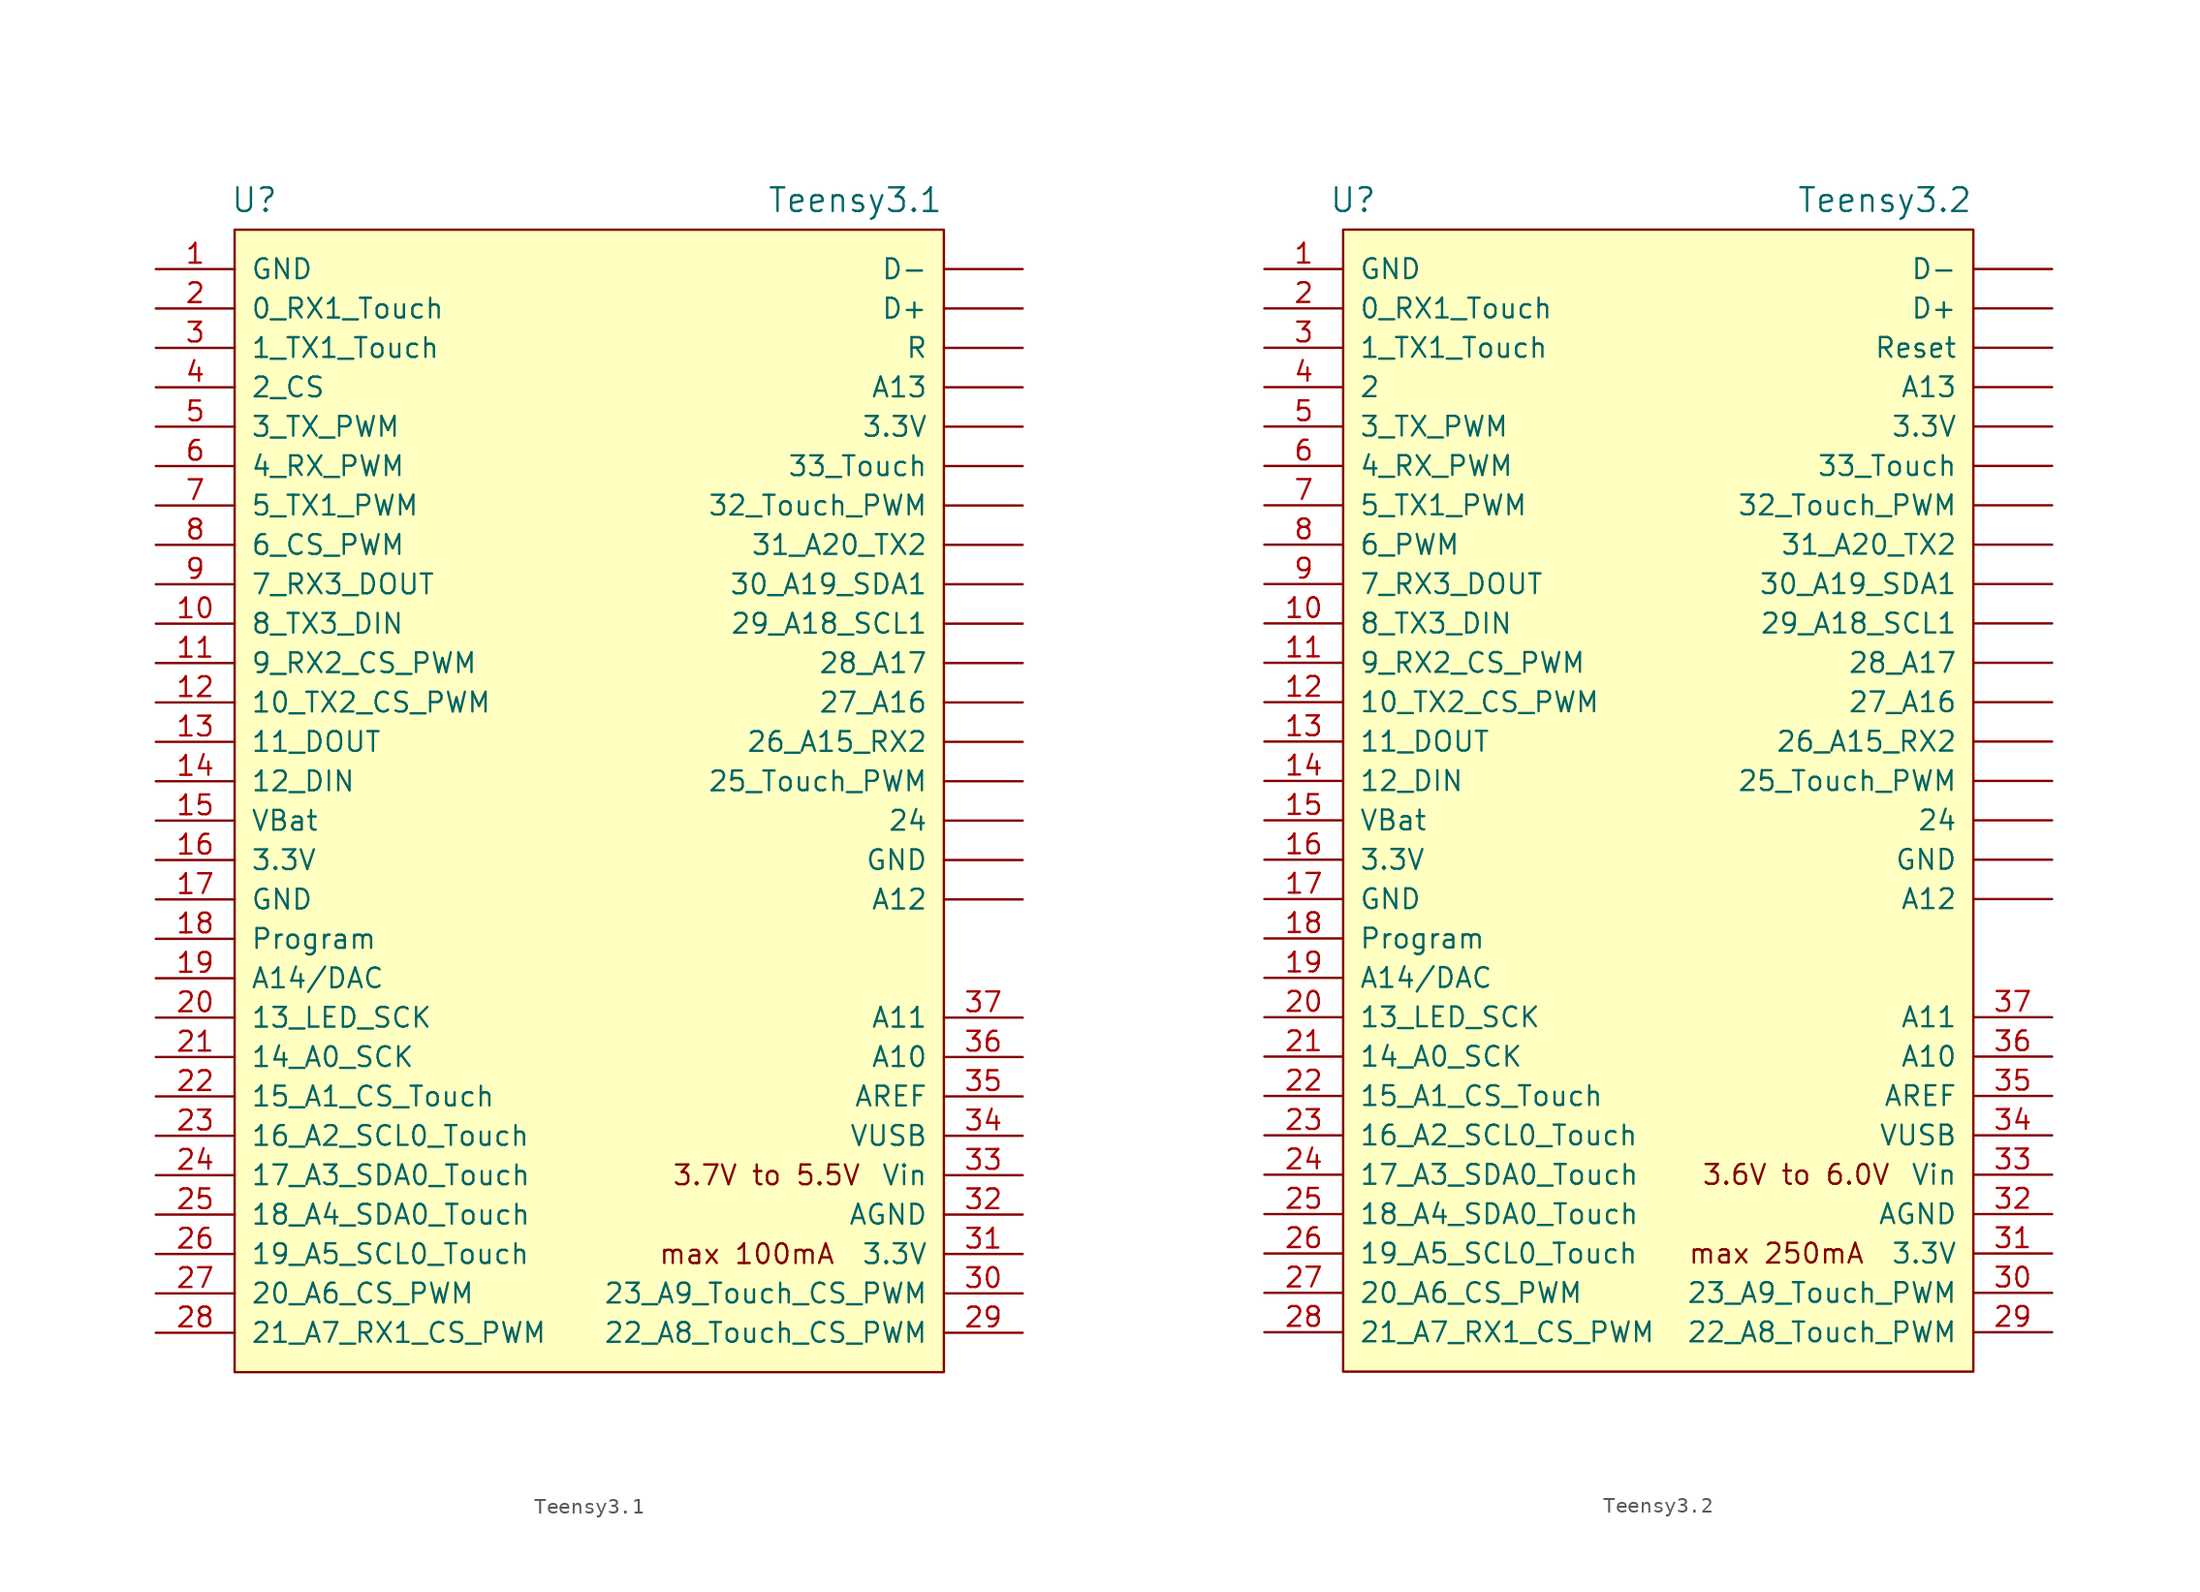
<source format=kicad_sym>
(kicad_symbol_lib
  (version 20241209)
  (generator "kicad_symbol_editor")
  (generator_version "9.0")
  (symbol "Teensy3.1"
    (pin_names
      (offset 1.016))
    (property "Reference" "U"
      (at -21.59 38.735 0)
      (effects (font (size 1.524 1.524))))
    (property "Value" "Teensy3.1"
      (at 17.145 38.735 0)
      (effects (font (size 1.524 1.524))))
    (symbol "Teensy3.1_0_0"
      (text "max 100mA" (at 10.16 -29.21 0) (effects (font (size 1.27 1.27))))
      (text "3.7V to 5.5V" (at 11.43 -24.13 0) (effects (font (size 1.27 1.27)))))
    (symbol "Teensy3.1_0_1"
      (rectangle (start -22.86 36.83) (end 22.86 -36.83) (stroke (width 0) (type default)) (fill (type background))))
    (symbol "Teensy3.1_1_1"
      (pin power_in line (at -27.94 34.29 0) (length 5.08) (name "GND" (effects (font (size 1.27 1.27)))) (number "1" (effects (font (size 1.27 1.27)))))
      (pin bidirectional line (at -27.94 31.75 0) (length 5.08) (name "0_RX1_Touch" (effects (font (size 1.27 1.27)))) (number "2" (effects (font (size 1.27 1.27)))))
      (pin bidirectional line (at -27.94 29.21 0) (length 5.08) (name "1_TX1_Touch" (effects (font (size 1.27 1.27)))) (number "3" (effects (font (size 1.27 1.27)))))
      (pin bidirectional line (at -27.94 26.67 0) (length 5.08) (name "2_CS" (effects (font (size 1.27 1.27)))) (number "4" (effects (font (size 1.27 1.27)))))
      (pin bidirectional line (at -27.94 24.13 0) (length 5.08) (name "3_TX_PWM" (effects (font (size 1.27 1.27)))) (number "5" (effects (font (size 1.27 1.27)))))
      (pin bidirectional line (at -27.94 21.59 0) (length 5.08) (name "4_RX_PWM" (effects (font (size 1.27 1.27)))) (number "6" (effects (font (size 1.27 1.27)))))
      (pin bidirectional line (at -27.94 19.05 0) (length 5.08) (name "5_TX1_PWM" (effects (font (size 1.27 1.27)))) (number "7" (effects (font (size 1.27 1.27)))))
      (pin bidirectional line (at -27.94 16.51 0) (length 5.08) (name "6_CS_PWM" (effects (font (size 1.27 1.27)))) (number "8" (effects (font (size 1.27 1.27)))))
      (pin bidirectional line (at -27.94 13.97 0) (length 5.08) (name "7_RX3_DOUT" (effects (font (size 1.27 1.27)))) (number "9" (effects (font (size 1.27 1.27)))))
      (pin bidirectional line (at -27.94 11.43 0) (length 5.08) (name "8_TX3_DIN" (effects (font (size 1.27 1.27)))) (number "10" (effects (font (size 1.27 1.27)))))
      (pin bidirectional line (at -27.94 8.89 0) (length 5.08) (name "9_RX2_CS_PWM" (effects (font (size 1.27 1.27)))) (number "11" (effects (font (size 1.27 1.27)))))
      (pin bidirectional line (at -27.94 6.35 0) (length 5.08) (name "10_TX2_CS_PWM" (effects (font (size 1.27 1.27)))) (number "12" (effects (font (size 1.27 1.27)))))
      (pin bidirectional line (at -27.94 3.81 0) (length 5.08) (name "11_DOUT" (effects (font (size 1.27 1.27)))) (number "13" (effects (font (size 1.27 1.27)))))
      (pin bidirectional line (at -27.94 1.27 0) (length 5.08) (name "12_DIN" (effects (font (size 1.27 1.27)))) (number "14" (effects (font (size 1.27 1.27)))))
      (pin power_in line (at -27.94 -1.27 0) (length 5.08) (name "VBat" (effects (font (size 1.27 1.27)))) (number "15" (effects (font (size 1.27 1.27)))))
      (pin power_in line (at -27.94 -3.81 0) (length 5.08) (name "3.3V" (effects (font (size 1.27 1.27)))) (number "16" (effects (font (size 1.27 1.27)))))
      (pin power_in line (at -27.94 -6.35 0) (length 5.08) (name "GND" (effects (font (size 1.27 1.27)))) (number "17" (effects (font (size 1.27 1.27)))))
      (pin input line (at -27.94 -8.89 0) (length 5.08) (name "Program" (effects (font (size 1.27 1.27)))) (number "18" (effects (font (size 1.27 1.27)))))
      (pin bidirectional line (at -27.94 -11.43 0) (length 5.08) (name "A14/DAC" (effects (font (size 1.27 1.27)))) (number "19" (effects (font (size 1.27 1.27)))))
      (pin bidirectional line (at -27.94 -13.97 0) (length 5.08) (name "13_LED_SCK" (effects (font (size 1.27 1.27)))) (number "20" (effects (font (size 1.27 1.27)))))
      (pin bidirectional line (at -27.94 -16.51 0) (length 5.08) (name "14_A0_SCK" (effects (font (size 1.27 1.27)))) (number "21" (effects (font (size 1.27 1.27)))))
      (pin bidirectional line (at -27.94 -19.05 0) (length 5.08) (name "15_A1_CS_Touch" (effects (font (size 1.27 1.27)))) (number "22" (effects (font (size 1.27 1.27)))))
      (pin bidirectional line (at -27.94 -21.59 0) (length 5.08) (name "16_A2_SCL0_Touch" (effects (font (size 1.27 1.27)))) (number "23" (effects (font (size 1.27 1.27)))))
      (pin bidirectional line (at -27.94 -24.13 0) (length 5.08) (name "17_A3_SDA0_Touch" (effects (font (size 1.27 1.27)))) (number "24" (effects (font (size 1.27 1.27)))))
      (pin bidirectional line (at -27.94 -26.67 0) (length 5.08) (name "18_A4_SDA0_Touch" (effects (font (size 1.27 1.27)))) (number "25" (effects (font (size 1.27 1.27)))))
      (pin bidirectional line (at -27.94 -29.21 0) (length 5.08) (name "19_A5_SCL0_Touch" (effects (font (size 1.27 1.27)))) (number "26" (effects (font (size 1.27 1.27)))))
      (pin bidirectional line (at -27.94 -31.75 0) (length 5.08) (name "20_A6_CS_PWM" (effects (font (size 1.27 1.27)))) (number "27" (effects (font (size 1.27 1.27)))))
      (pin bidirectional line (at -27.94 -34.29 0) (length 5.08) (name "21_A7_RX1_CS_PWM" (effects (font (size 1.27 1.27)))) (number "28" (effects (font (size 1.27 1.27)))))
      (pin bidirectional line (at 27.94 34.29 180) (length 5.08) (name "D-" (effects (font (size 1.27 1.27)))) (number "~" (effects (font (size 1.27 1.27)))))
      (pin bidirectional line (at 27.94 31.75 180) (length 5.08) (name "D+" (effects (font (size 1.27 1.27)))) (number "~" (effects (font (size 1.27 1.27)))))
      (pin input line (at 27.94 29.21 180) (length 5.08) (name "R" (effects (font (size 1.27 1.27)))) (number "~" (effects (font (size 1.27 1.27)))))
      (pin bidirectional line (at 27.94 26.67 180) (length 5.08) (name "A13" (effects (font (size 1.27 1.27)))) (number "~" (effects (font (size 1.27 1.27)))))
      (pin power_in line (at 27.94 24.13 180) (length 5.08) (name "3.3V" (effects (font (size 1.27 1.27)))) (number "~" (effects (font (size 1.27 1.27)))))
      (pin bidirectional line (at 27.94 21.59 180) (length 5.08) (name "33_Touch" (effects (font (size 1.27 1.27)))) (number "~" (effects (font (size 1.27 1.27)))))
      (pin bidirectional line (at 27.94 19.05 180) (length 5.08) (name "32_Touch_PWM" (effects (font (size 1.27 1.27)))) (number "~" (effects (font (size 1.27 1.27)))))
      (pin bidirectional line (at 27.94 16.51 180) (length 5.08) (name "31_A20_TX2" (effects (font (size 1.27 1.27)))) (number "~" (effects (font (size 1.27 1.27)))))
      (pin bidirectional line (at 27.94 13.97 180) (length 5.08) (name "30_A19_SDA1" (effects (font (size 1.27 1.27)))) (number "~" (effects (font (size 1.27 1.27)))))
      (pin bidirectional line (at 27.94 11.43 180) (length 5.08) (name "29_A18_SCL1" (effects (font (size 1.27 1.27)))) (number "~" (effects (font (size 1.27 1.27)))))
      (pin bidirectional line (at 27.94 8.89 180) (length 5.08) (name "28_A17" (effects (font (size 1.27 1.27)))) (number "~" (effects (font (size 1.27 1.27)))))
      (pin bidirectional line (at 27.94 6.35 180) (length 5.08) (name "27_A16" (effects (font (size 1.27 1.27)))) (number "~" (effects (font (size 1.27 1.27)))))
      (pin bidirectional line (at 27.94 3.81 180) (length 5.08) (name "26_A15_RX2" (effects (font (size 1.27 1.27)))) (number "~" (effects (font (size 1.27 1.27)))))
      (pin bidirectional line (at 27.94 1.27 180) (length 5.08) (name "25_Touch_PWM" (effects (font (size 1.27 1.27)))) (number "~" (effects (font (size 1.27 1.27)))))
      (pin bidirectional line (at 27.94 -1.27 180) (length 5.08) (name "24" (effects (font (size 1.27 1.27)))) (number "~" (effects (font (size 1.27 1.27)))))
      (pin power_in line (at 27.94 -3.81 180) (length 5.08) (name "GND" (effects (font (size 1.27 1.27)))) (number "~" (effects (font (size 1.27 1.27)))))
      (pin bidirectional line (at 27.94 -6.35 180) (length 5.08) (name "A12" (effects (font (size 1.27 1.27)))) (number "~" (effects (font (size 1.27 1.27)))))
      (pin bidirectional line (at 27.94 -13.97 180) (length 5.08) (name "A11" (effects (font (size 1.27 1.27)))) (number "37" (effects (font (size 1.27 1.27)))))
      (pin bidirectional line (at 27.94 -16.51 180) (length 5.08) (name "A10" (effects (font (size 1.27 1.27)))) (number "36" (effects (font (size 1.27 1.27)))))
      (pin input line (at 27.94 -19.05 180) (length 5.08) (name "AREF" (effects (font (size 1.27 1.27)))) (number "35" (effects (font (size 1.27 1.27)))))
      (pin power_in line (at 27.94 -21.59 180) (length 5.08) (name "VUSB" (effects (font (size 1.27 1.27)))) (number "34" (effects (font (size 1.27 1.27)))))
      (pin power_in line (at 27.94 -24.13 180) (length 5.08) (name "Vin" (effects (font (size 1.27 1.27)))) (number "33" (effects (font (size 1.27 1.27)))))
      (pin power_out line (at 27.94 -26.67 180) (length 5.08) (name "AGND" (effects (font (size 1.27 1.27)))) (number "32" (effects (font (size 1.27 1.27)))))
      (pin power_out line (at 27.94 -29.21 180) (length 5.08) (name "3.3V" (effects (font (size 1.27 1.27)))) (number "31" (effects (font (size 1.27 1.27)))))
      (pin bidirectional line (at 27.94 -31.75 180) (length 5.08) (name "23_A9_Touch_CS_PWM" (effects (font (size 1.27 1.27)))) (number "30" (effects (font (size 1.27 1.27)))))
      (pin bidirectional line (at 27.94 -34.29 180) (length 5.08) (name "22_A8_Touch_CS_PWM" (effects (font (size 1.27 1.27)))) (number "29" (effects (font (size 1.27 1.27)))))))
  (symbol "Teensy3.2"
    (pin_names
      (offset 1.016))
    (property "Reference" "U"
      (at -19.685 38.735 0)
      (effects (font (size 1.524 1.524))))
    (property "Value" "Teensy3.2"
      (at 14.605 38.735 0)
      (effects (font (size 1.524 1.524))))
    (symbol "Teensy3.2_0_0"
      (text "max 250mA" (at 7.62 -29.21 0) (effects (font (size 1.27 1.27))))
      (text "3.6V to 6.0V" (at 8.89 -24.13 0) (effects (font (size 1.27 1.27)))))
    (symbol "Teensy3.2_0_1"
      (rectangle (start -20.32 -36.83) (end 20.32 36.83) (stroke (width 0) (type default)) (fill (type background))))
    (symbol "Teensy3.2_1_1"
      (pin power_in line (at -25.4 34.29 0) (length 5.08) (name "GND" (effects (font (size 1.27 1.27)))) (number "1" (effects (font (size 1.27 1.27)))))
      (pin bidirectional line (at -25.4 31.75 0) (length 5.08) (name "0_RX1_Touch" (effects (font (size 1.27 1.27)))) (number "2" (effects (font (size 1.27 1.27)))))
      (pin bidirectional line (at -25.4 29.21 0) (length 5.08) (name "1_TX1_Touch" (effects (font (size 1.27 1.27)))) (number "3" (effects (font (size 1.27 1.27)))))
      (pin bidirectional line (at -25.4 26.67 0) (length 5.08) (name "2" (effects (font (size 1.27 1.27)))) (number "4" (effects (font (size 1.27 1.27)))))
      (pin bidirectional line (at -25.4 24.13 0) (length 5.08) (name "3_TX_PWM" (effects (font (size 1.27 1.27)))) (number "5" (effects (font (size 1.27 1.27)))))
      (pin bidirectional line (at -25.4 21.59 0) (length 5.08) (name "4_RX_PWM" (effects (font (size 1.27 1.27)))) (number "6" (effects (font (size 1.27 1.27)))))
      (pin bidirectional line (at -25.4 19.05 0) (length 5.08) (name "5_TX1_PWM" (effects (font (size 1.27 1.27)))) (number "7" (effects (font (size 1.27 1.27)))))
      (pin bidirectional line (at -25.4 16.51 0) (length 5.08) (name "6_PWM" (effects (font (size 1.27 1.27)))) (number "8" (effects (font (size 1.27 1.27)))))
      (pin bidirectional line (at -25.4 13.97 0) (length 5.08) (name "7_RX3_DOUT" (effects (font (size 1.27 1.27)))) (number "9" (effects (font (size 1.27 1.27)))))
      (pin bidirectional line (at -25.4 11.43 0) (length 5.08) (name "8_TX3_DIN" (effects (font (size 1.27 1.27)))) (number "10" (effects (font (size 1.27 1.27)))))
      (pin bidirectional line (at -25.4 8.89 0) (length 5.08) (name "9_RX2_CS_PWM" (effects (font (size 1.27 1.27)))) (number "11" (effects (font (size 1.27 1.27)))))
      (pin bidirectional line (at -25.4 6.35 0) (length 5.08) (name "10_TX2_CS_PWM" (effects (font (size 1.27 1.27)))) (number "12" (effects (font (size 1.27 1.27)))))
      (pin bidirectional line (at -25.4 3.81 0) (length 5.08) (name "11_DOUT" (effects (font (size 1.27 1.27)))) (number "13" (effects (font (size 1.27 1.27)))))
      (pin bidirectional line (at -25.4 1.27 0) (length 5.08) (name "12_DIN" (effects (font (size 1.27 1.27)))) (number "14" (effects (font (size 1.27 1.27)))))
      (pin power_in line (at -25.4 -1.27 0) (length 5.08) (name "VBat" (effects (font (size 1.27 1.27)))) (number "15" (effects (font (size 1.27 1.27)))))
      (pin power_out line (at -25.4 -3.81 0) (length 5.08) (name "3.3V" (effects (font (size 1.27 1.27)))) (number "16" (effects (font (size 1.27 1.27)))))
      (pin power_in line (at -25.4 -6.35 0) (length 5.08) (name "GND" (effects (font (size 1.27 1.27)))) (number "17" (effects (font (size 1.27 1.27)))))
      (pin input line (at -25.4 -8.89 0) (length 5.08) (name "Program" (effects (font (size 1.27 1.27)))) (number "18" (effects (font (size 1.27 1.27)))))
      (pin bidirectional line (at -25.4 -11.43 0) (length 5.08) (name "A14/DAC" (effects (font (size 1.27 1.27)))) (number "19" (effects (font (size 1.27 1.27)))))
      (pin bidirectional line (at -25.4 -13.97 0) (length 5.08) (name "13_LED_SCK" (effects (font (size 1.27 1.27)))) (number "20" (effects (font (size 1.27 1.27)))))
      (pin bidirectional line (at -25.4 -16.51 0) (length 5.08) (name "14_A0_SCK" (effects (font (size 1.27 1.27)))) (number "21" (effects (font (size 1.27 1.27)))))
      (pin bidirectional line (at -25.4 -19.05 0) (length 5.08) (name "15_A1_CS_Touch" (effects (font (size 1.27 1.27)))) (number "22" (effects (font (size 1.27 1.27)))))
      (pin bidirectional line (at -25.4 -21.59 0) (length 5.08) (name "16_A2_SCL0_Touch" (effects (font (size 1.27 1.27)))) (number "23" (effects (font (size 1.27 1.27)))))
      (pin bidirectional line (at -25.4 -24.13 0) (length 5.08) (name "17_A3_SDA0_Touch" (effects (font (size 1.27 1.27)))) (number "24" (effects (font (size 1.27 1.27)))))
      (pin bidirectional line (at -25.4 -26.67 0) (length 5.08) (name "18_A4_SDA0_Touch" (effects (font (size 1.27 1.27)))) (number "25" (effects (font (size 1.27 1.27)))))
      (pin bidirectional line (at -25.4 -29.21 0) (length 5.08) (name "19_A5_SCL0_Touch" (effects (font (size 1.27 1.27)))) (number "26" (effects (font (size 1.27 1.27)))))
      (pin bidirectional line (at -25.4 -31.75 0) (length 5.08) (name "20_A6_CS_PWM" (effects (font (size 1.27 1.27)))) (number "27" (effects (font (size 1.27 1.27)))))
      (pin bidirectional line (at -25.4 -34.29 0) (length 5.08) (name "21_A7_RX1_CS_PWM" (effects (font (size 1.27 1.27)))) (number "28" (effects (font (size 1.27 1.27)))))
      (pin bidirectional line (at 25.4 34.29 180) (length 5.08) (name "D-" (effects (font (size 1.27 1.27)))) (number "~" (effects (font (size 1.27 1.27)))))
      (pin bidirectional line (at 25.4 31.75 180) (length 5.08) (name "D+" (effects (font (size 1.27 1.27)))) (number "~" (effects (font (size 1.27 1.27)))))
      (pin input line (at 25.4 29.21 180) (length 5.08) (name "Reset" (effects (font (size 1.27 1.27)))) (number "~" (effects (font (size 1.27 1.27)))))
      (pin bidirectional line (at 25.4 26.67 180) (length 5.08) (name "A13" (effects (font (size 1.27 1.27)))) (number "~" (effects (font (size 1.27 1.27)))))
      (pin power_out line (at 25.4 24.13 180) (length 5.08) (name "3.3V" (effects (font (size 1.27 1.27)))) (number "~" (effects (font (size 1.27 1.27)))))
      (pin bidirectional line (at 25.4 21.59 180) (length 5.08) (name "33_Touch" (effects (font (size 1.27 1.27)))) (number "~" (effects (font (size 1.27 1.27)))))
      (pin bidirectional line (at 25.4 19.05 180) (length 5.08) (name "32_Touch_PWM" (effects (font (size 1.27 1.27)))) (number "~" (effects (font (size 1.27 1.27)))))
      (pin bidirectional line (at 25.4 16.51 180) (length 5.08) (name "31_A20_TX2" (effects (font (size 1.27 1.27)))) (number "~" (effects (font (size 1.27 1.27)))))
      (pin bidirectional line (at 25.4 13.97 180) (length 5.08) (name "30_A19_SDA1" (effects (font (size 1.27 1.27)))) (number "~" (effects (font (size 1.27 1.27)))))
      (pin bidirectional line (at 25.4 11.43 180) (length 5.08) (name "29_A18_SCL1" (effects (font (size 1.27 1.27)))) (number "~" (effects (font (size 1.27 1.27)))))
      (pin bidirectional line (at 25.4 8.89 180) (length 5.08) (name "28_A17" (effects (font (size 1.27 1.27)))) (number "~" (effects (font (size 1.27 1.27)))))
      (pin bidirectional line (at 25.4 6.35 180) (length 5.08) (name "27_A16" (effects (font (size 1.27 1.27)))) (number "~" (effects (font (size 1.27 1.27)))))
      (pin bidirectional line (at 25.4 3.81 180) (length 5.08) (name "26_A15_RX2" (effects (font (size 1.27 1.27)))) (number "~" (effects (font (size 1.27 1.27)))))
      (pin bidirectional line (at 25.4 1.27 180) (length 5.08) (name "25_Touch_PWM" (effects (font (size 1.27 1.27)))) (number "~" (effects (font (size 1.27 1.27)))))
      (pin bidirectional line (at 25.4 -1.27 180) (length 5.08) (name "24" (effects (font (size 1.27 1.27)))) (number "~" (effects (font (size 1.27 1.27)))))
      (pin power_in line (at 25.4 -3.81 180) (length 5.08) (name "GND" (effects (font (size 1.27 1.27)))) (number "~" (effects (font (size 1.27 1.27)))))
      (pin bidirectional line (at 25.4 -6.35 180) (length 5.08) (name "A12" (effects (font (size 1.27 1.27)))) (number "~" (effects (font (size 1.27 1.27)))))
      (pin bidirectional line (at 25.4 -13.97 180) (length 5.08) (name "A11" (effects (font (size 1.27 1.27)))) (number "37" (effects (font (size 1.27 1.27)))))
      (pin bidirectional line (at 25.4 -16.51 180) (length 5.08) (name "A10" (effects (font (size 1.27 1.27)))) (number "36" (effects (font (size 1.27 1.27)))))
      (pin input line (at 25.4 -19.05 180) (length 5.08) (name "AREF" (effects (font (size 1.27 1.27)))) (number "35" (effects (font (size 1.27 1.27)))))
      (pin power_in line (at 25.4 -21.59 180) (length 5.08) (name "VUSB" (effects (font (size 1.27 1.27)))) (number "34" (effects (font (size 1.27 1.27)))))
      (pin power_in line (at 25.4 -24.13 180) (length 5.08) (name "Vin" (effects (font (size 1.27 1.27)))) (number "33" (effects (font (size 1.27 1.27)))))
      (pin power_out line (at 25.4 -26.67 180) (length 5.08) (name "AGND" (effects (font (size 1.27 1.27)))) (number "32" (effects (font (size 1.27 1.27)))))
      (pin power_out line (at 25.4 -29.21 180) (length 5.08) (name "3.3V" (effects (font (size 1.27 1.27)))) (number "31" (effects (font (size 1.27 1.27)))))
      (pin bidirectional line (at 25.4 -31.75 180) (length 5.08) (name "23_A9_Touch_PWM" (effects (font (size 1.27 1.27)))) (number "30" (effects (font (size 1.27 1.27)))))
      (pin bidirectional line (at 25.4 -34.29 180) (length 5.08) (name "22_A8_Touch_PWM" (effects (font (size 1.27 1.27)))) (number "29" (effects (font (size 1.27 1.27))))))))
</source>
